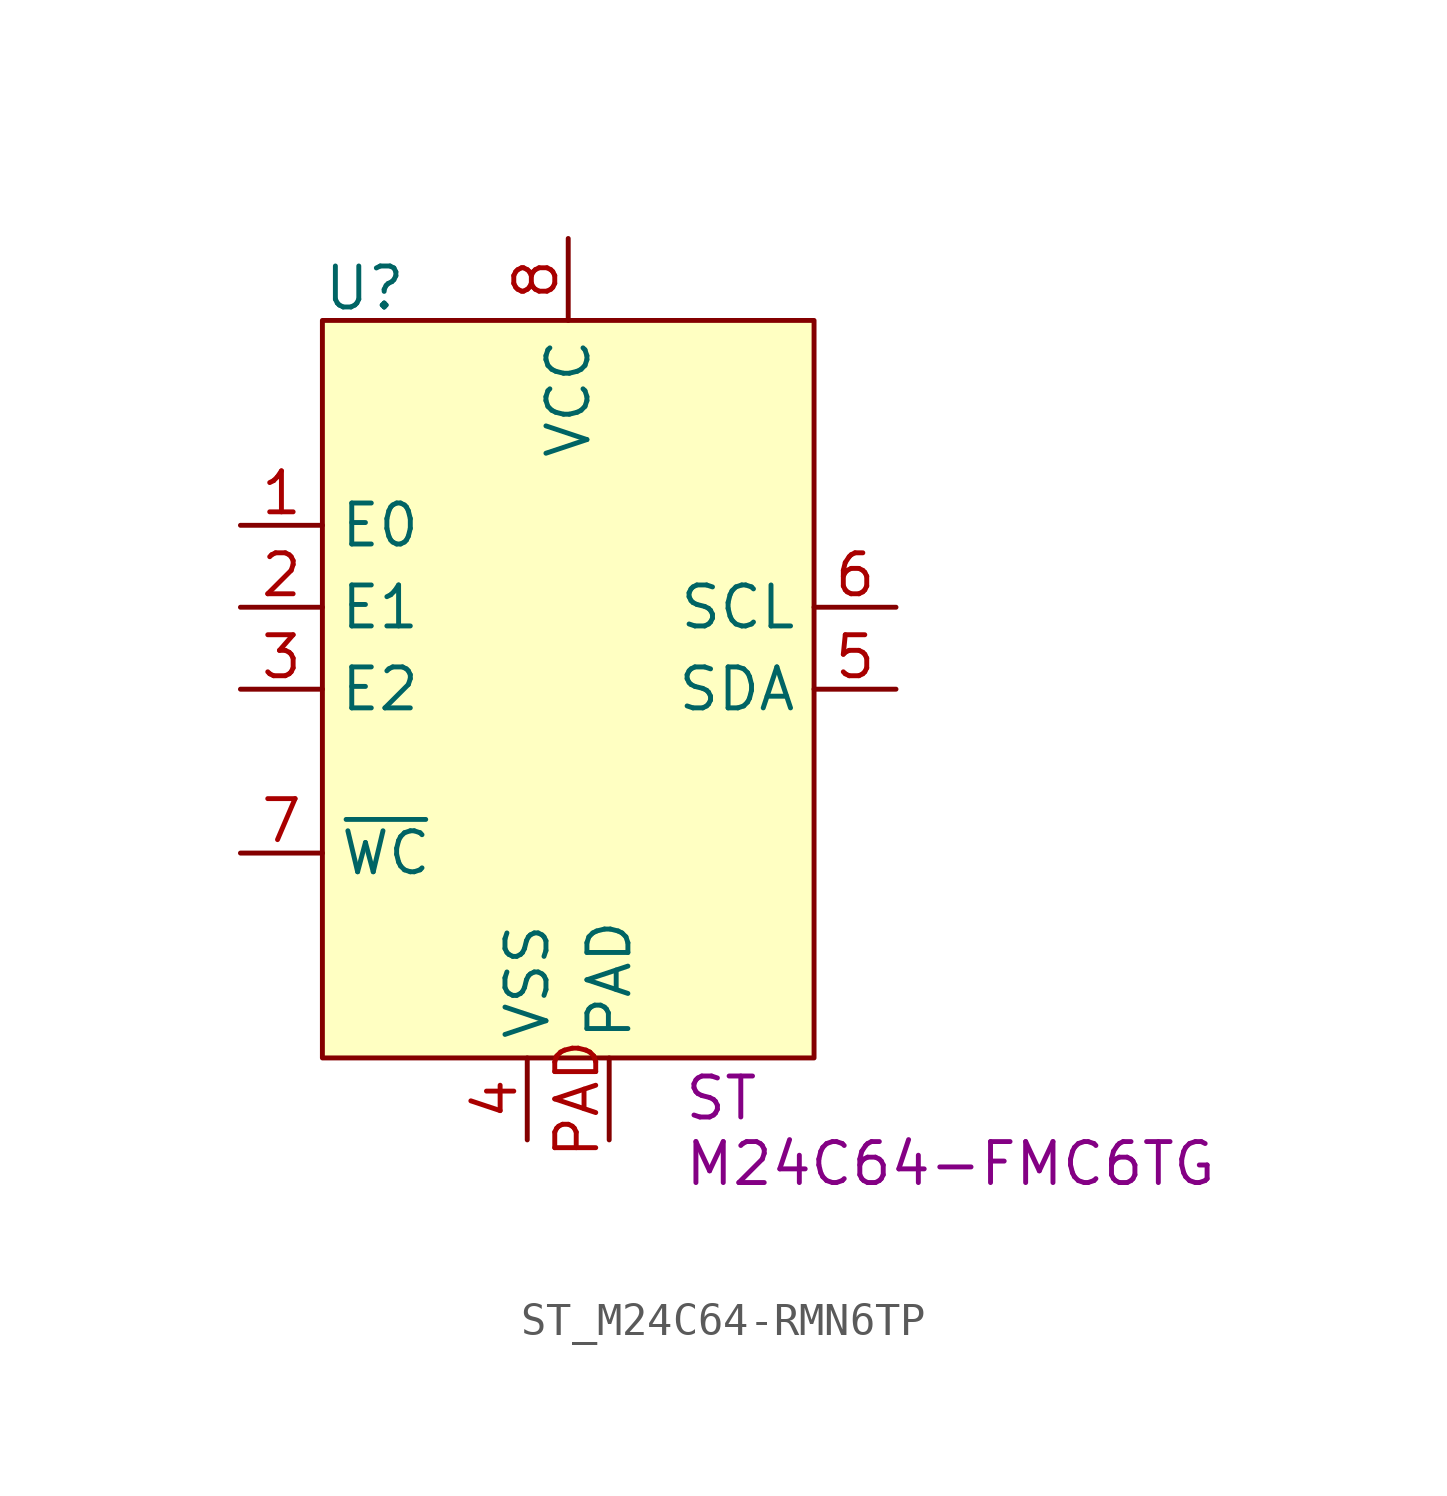
<source format=kicad_sym>
(kicad_symbol_lib
  (version 20241209)
  (generator "kicad_symbol_editor")
  (generator_version "9.0")
  (symbol "ST_M24C64-RMN6TP"
    (property "Reference" "U"
      (at -7.62 11.684 0)
      (effects (font (size 1.27 1.27)) (justify left bottom)))
    (property "Value" ""
      (at 0 0 0)
      (effects (font (size 1.27 1.27))))
    (property "Manufacturer" "ST"
      (at 3.556 -11.938 0)
      (effects (font (size 1.27 1.27)) (justify left top)))
    (property "MPN" "M24C64-FMC6TG"
      (at 3.556 -13.97 0)
      (effects (font (size 1.27 1.27)) (justify left top)))
    (symbol "ST_M24C64-RMN6TP_0_0"
      (pin input line (at -10.16 5.08 0) (length 2.54) (name "E0" (effects (font (size 1.27 1.27)))) (number "1" (effects (font (size 1.27 1.27)))))
      (pin input line (at -10.16 2.54 0) (length 2.54) (name "E1" (effects (font (size 1.27 1.27)))) (number "2" (effects (font (size 1.27 1.27)))))
      (pin input line (at -10.16 0 0) (length 2.54) (name "E2" (effects (font (size 1.27 1.27)))) (number "3" (effects (font (size 1.27 1.27)))))
      (pin input line (at -10.16 -5.08 0) (length 2.54) (name "~{WC}" (effects (font (size 1.27 1.27)))) (number "7" (effects (font (size 1.27 1.27)))))
      (pin power_in line (at -1.27 -13.97 90) (length 2.54) (name "VSS" (effects (font (size 1.27 1.27)))) (number "4" (effects (font (size 1.27 1.27)))))
      (pin power_in line (at 0 13.97 270) (length 2.54) (name "VCC" (effects (font (size 1.27 1.27)))) (number "8" (effects (font (size 1.27 1.27)))))
      (pin passive line (at 1.27 -13.97 90) (length 2.54) (name "PAD" (effects (font (size 1.27 1.27)))) (number "PAD" (effects (font (size 1.27 1.27)))))
      (pin input line (at 10.16 2.54 180) (length 2.54) (name "SCL" (effects (font (size 1.27 1.27)))) (number "6" (effects (font (size 1.27 1.27)))))
      (pin bidirectional line (at 10.16 0 180) (length 2.54) (name "SDA" (effects (font (size 1.27 1.27)))) (number "5" (effects (font (size 1.27 1.27))))))
    (symbol "ST_M24C64-RMN6TP_0_1"
      (rectangle (start -7.62 11.43) (end 7.62 -11.43) (stroke (width 0) (type default)) (fill (type background))))))
</source>
